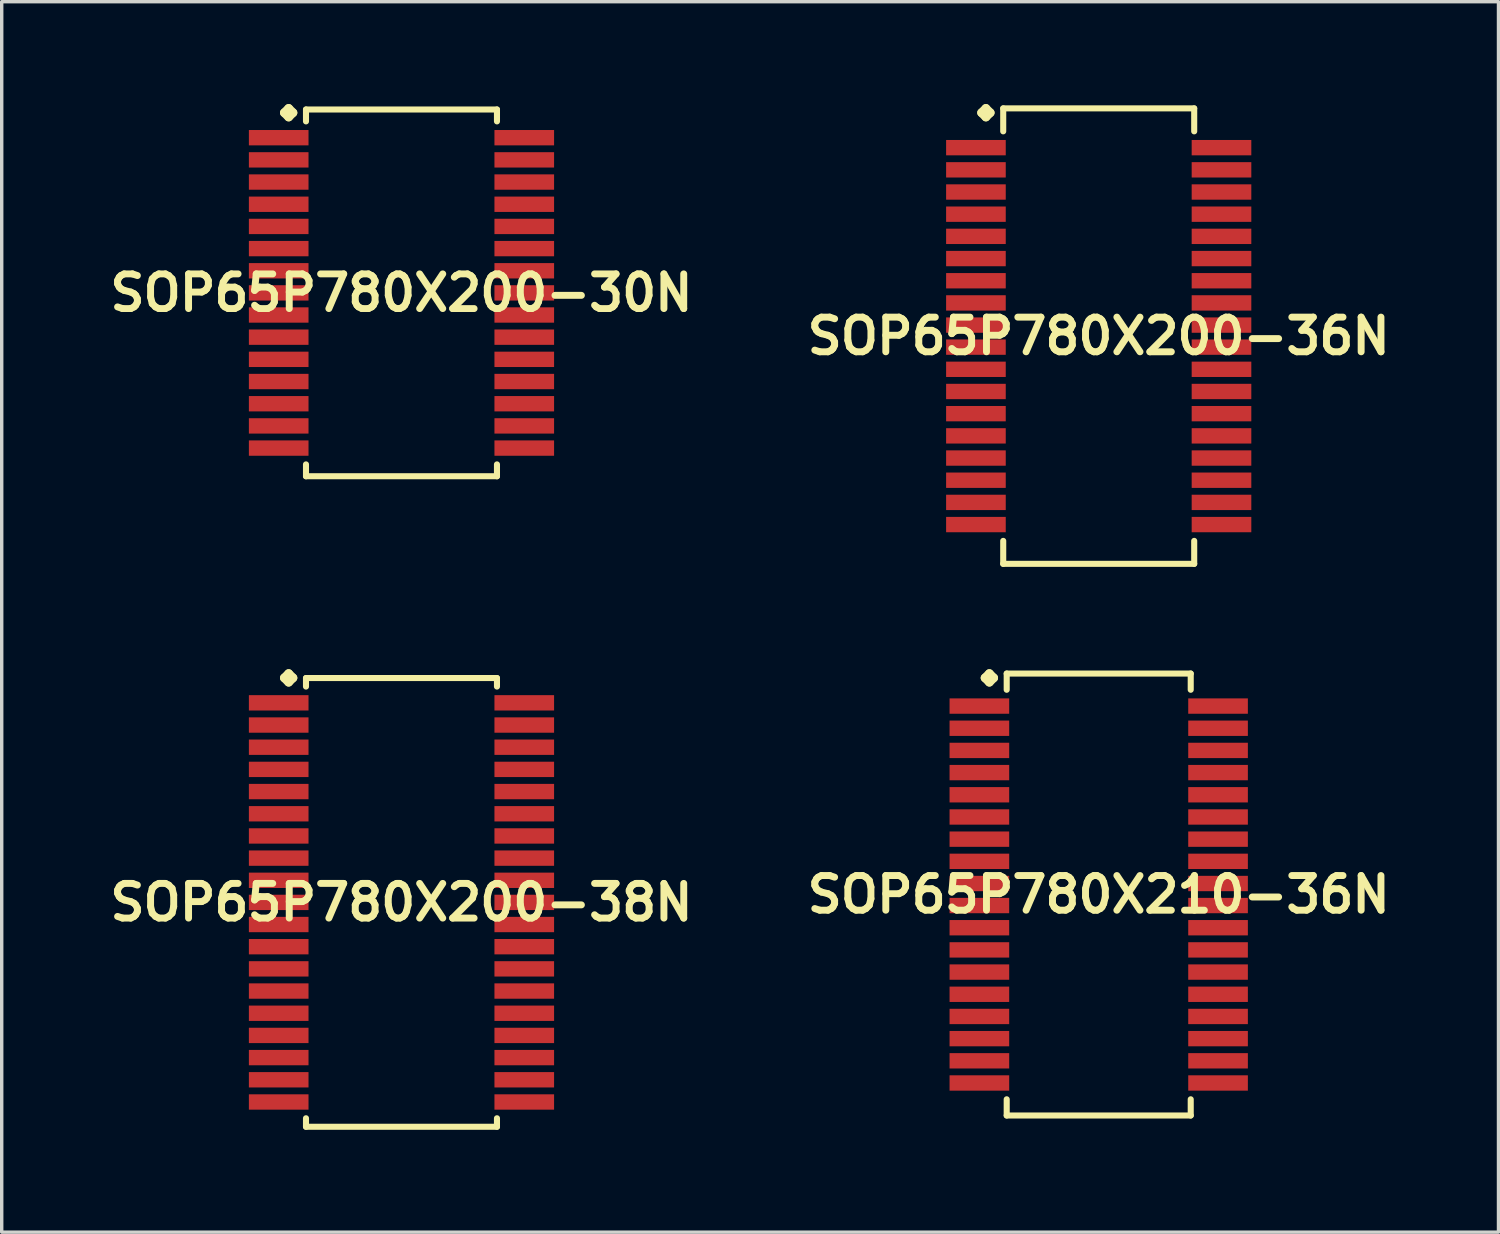
<source format=kicad_pcb>
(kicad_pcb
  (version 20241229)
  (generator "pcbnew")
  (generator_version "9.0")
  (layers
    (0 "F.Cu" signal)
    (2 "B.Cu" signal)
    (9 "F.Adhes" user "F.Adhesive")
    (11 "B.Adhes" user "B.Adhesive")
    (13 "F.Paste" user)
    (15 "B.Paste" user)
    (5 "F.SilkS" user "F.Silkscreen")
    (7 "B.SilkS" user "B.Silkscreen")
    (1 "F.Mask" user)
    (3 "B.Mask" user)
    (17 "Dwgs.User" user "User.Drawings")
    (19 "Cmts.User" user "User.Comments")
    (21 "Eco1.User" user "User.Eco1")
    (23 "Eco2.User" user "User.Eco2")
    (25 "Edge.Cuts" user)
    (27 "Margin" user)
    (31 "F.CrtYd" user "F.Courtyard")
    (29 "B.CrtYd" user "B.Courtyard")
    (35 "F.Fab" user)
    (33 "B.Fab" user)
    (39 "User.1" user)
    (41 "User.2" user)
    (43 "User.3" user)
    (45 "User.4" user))
  (footprint "SOP65P780X200-36N"
    (layer "F.Cu")
    (at 29.155 6.802)
    (property "Reference" "SOP65P780X200-36N" (at 0 0 0) (layer "F.SilkS") (effects (font (size 1.016 1.016) (thickness 0.203))))
    (attr smd)
    (fp_line (start -3.434 -6.548) (end -3.307 -6.675) (stroke (width 0.254) (type solid)) (layer "F.SilkS"))
    (fp_line (start -3.307 -6.675) (end -3.18 -6.548) (stroke (width 0.254) (type solid)) (layer "F.SilkS"))
    (fp_line (start -3.307 -6.421) (end -3.434 -6.548) (stroke (width 0.254) (type solid)) (layer "F.SilkS"))
    (fp_line (start -3.18 -6.548) (end -3.307 -6.421) (stroke (width 0.254) (type solid)) (layer "F.SilkS"))
    (fp_line (start -2.799 -6.675) (end 2.799 -6.675) (stroke (width 0.178) (type solid)) (layer "F.SilkS"))
    (fp_line (start -2.799 -6.002) (end -2.799 -6.675) (stroke (width 0.178) (type solid)) (layer "F.SilkS"))
    (fp_line (start -2.799 6.002) (end -2.799 6.675) (stroke (width 0.178) (type solid)) (layer "F.SilkS"))
    (fp_line (start -2.799 6.675) (end 2.799 6.675) (stroke (width 0.178) (type solid)) (layer "F.SilkS"))
    (fp_line (start 2.799 -6.675) (end 2.799 -6.002) (stroke (width 0.178) (type solid)) (layer "F.SilkS"))
    (fp_line (start 2.799 6.675) (end 2.799 6.002) (stroke (width 0.178) (type solid)) (layer "F.SilkS"))
    (pad "1" smd rect (at -3.599 -5.524) (size 1.748 0.45) (layers "F.Cu" "F.Mask" "F.Paste"))
    (pad "2" smd rect (at -3.599 -4.874) (size 1.748 0.45) (layers "F.Cu" "F.Mask" "F.Paste"))
    (pad "3" smd rect (at -3.599 -4.224) (size 1.748 0.45) (layers "F.Cu" "F.Mask" "F.Paste"))
    (pad "4" smd rect (at -3.599 -3.574) (size 1.748 0.45) (layers "F.Cu" "F.Mask" "F.Paste"))
    (pad "5" smd rect (at -3.599 -2.924) (size 1.748 0.45) (layers "F.Cu" "F.Mask" "F.Paste"))
    (pad "6" smd rect (at -3.599 -2.273) (size 1.748 0.45) (layers "F.Cu" "F.Mask" "F.Paste"))
    (pad "7" smd rect (at -3.599 -1.623) (size 1.748 0.45) (layers "F.Cu" "F.Mask" "F.Paste"))
    (pad "8" smd rect (at -3.599 -0.973) (size 1.748 0.45) (layers "F.Cu" "F.Mask" "F.Paste"))
    (pad "9" smd rect (at -3.599 -0.323) (size 1.748 0.45) (layers "F.Cu" "F.Mask" "F.Paste"))
    (pad "10" smd rect (at -3.599 0.323) (size 1.748 0.45) (layers "F.Cu" "F.Mask" "F.Paste"))
    (pad "11" smd rect (at -3.599 0.973) (size 1.748 0.45) (layers "F.Cu" "F.Mask" "F.Paste"))
    (pad "12" smd rect (at -3.599 1.623) (size 1.748 0.45) (layers "F.Cu" "F.Mask" "F.Paste"))
    (pad "13" smd rect (at -3.599 2.273) (size 1.748 0.45) (layers "F.Cu" "F.Mask" "F.Paste"))
    (pad "14" smd rect (at -3.599 2.924) (size 1.748 0.45) (layers "F.Cu" "F.Mask" "F.Paste"))
    (pad "15" smd rect (at -3.599 3.574) (size 1.748 0.45) (layers "F.Cu" "F.Mask" "F.Paste"))
    (pad "16" smd rect (at -3.599 4.224) (size 1.748 0.45) (layers "F.Cu" "F.Mask" "F.Paste"))
    (pad "17" smd rect (at -3.599 4.874) (size 1.748 0.45) (layers "F.Cu" "F.Mask" "F.Paste"))
    (pad "18" smd rect (at -3.599 5.524) (size 1.748 0.45) (layers "F.Cu" "F.Mask" "F.Paste"))
    (pad "19" smd rect (at 3.599 5.524) (size 1.748 0.45) (layers "F.Cu" "F.Mask" "F.Paste"))
    (pad "20" smd rect (at 3.599 4.874) (size 1.748 0.45) (layers "F.Cu" "F.Mask" "F.Paste"))
    (pad "21" smd rect (at 3.599 4.224) (size 1.748 0.45) (layers "F.Cu" "F.Mask" "F.Paste"))
    (pad "22" smd rect (at 3.599 3.574) (size 1.748 0.45) (layers "F.Cu" "F.Mask" "F.Paste"))
    (pad "23" smd rect (at 3.599 2.924) (size 1.748 0.45) (layers "F.Cu" "F.Mask" "F.Paste"))
    (pad "24" smd rect (at 3.599 2.273) (size 1.748 0.45) (layers "F.Cu" "F.Mask" "F.Paste"))
    (pad "25" smd rect (at 3.599 1.623) (size 1.748 0.45) (layers "F.Cu" "F.Mask" "F.Paste"))
    (pad "26" smd rect (at 3.599 0.973) (size 1.748 0.45) (layers "F.Cu" "F.Mask" "F.Paste"))
    (pad "27" smd rect (at 3.599 0.323) (size 1.748 0.45) (layers "F.Cu" "F.Mask" "F.Paste"))
    (pad "28" smd rect (at 3.599 -0.323) (size 1.748 0.45) (layers "F.Cu" "F.Mask" "F.Paste"))
    (pad "29" smd rect (at 3.599 -0.973) (size 1.748 0.45) (layers "F.Cu" "F.Mask" "F.Paste"))
    (pad "30" smd rect (at 3.599 -1.623) (size 1.748 0.45) (layers "F.Cu" "F.Mask" "F.Paste"))
    (pad "31" smd rect (at 3.599 -2.273) (size 1.748 0.45) (layers "F.Cu" "F.Mask" "F.Paste"))
    (pad "32" smd rect (at 3.599 -2.924) (size 1.748 0.45) (layers "F.Cu" "F.Mask" "F.Paste"))
    (pad "33" smd rect (at 3.599 -3.574) (size 1.748 0.45) (layers "F.Cu" "F.Mask" "F.Paste"))
    (pad "34" smd rect (at 3.599 -4.224) (size 1.748 0.45) (layers "F.Cu" "F.Mask" "F.Paste"))
    (pad "35" smd rect (at 3.599 -4.874) (size 1.748 0.45) (layers "F.Cu" "F.Mask" "F.Paste"))
    (pad "36" smd rect (at 3.599 -5.524) (size 1.748 0.45) (layers "F.Cu" "F.Mask" "F.Paste")))
  (footprint "SOP65P780X200-30N"
    (layer "F.Cu")
    (at 8.718 5.535)
    (property "Reference" "SOP65P780X200-30N" (at 0 0 0) (layer "F.SilkS") (effects (font (size 1.016 1.016) (thickness 0.203))))
    (attr smd)
    (fp_line (start -3.434 -5.281) (end -3.307 -5.408) (stroke (width 0.254) (type solid)) (layer "F.SilkS"))
    (fp_line (start -3.307 -5.408) (end -3.18 -5.281) (stroke (width 0.254) (type solid)) (layer "F.SilkS"))
    (fp_line (start -3.307 -5.154) (end -3.434 -5.281) (stroke (width 0.254) (type solid)) (layer "F.SilkS"))
    (fp_line (start -3.18 -5.281) (end -3.307 -5.154) (stroke (width 0.254) (type solid)) (layer "F.SilkS"))
    (fp_line (start -2.799 -5.375) (end 2.799 -5.375) (stroke (width 0.178) (type solid)) (layer "F.SilkS"))
    (fp_line (start -2.799 -5.027) (end -2.799 -5.375) (stroke (width 0.178) (type solid)) (layer "F.SilkS"))
    (fp_line (start -2.799 5.027) (end -2.799 5.375) (stroke (width 0.178) (type solid)) (layer "F.SilkS"))
    (fp_line (start -2.799 5.375) (end 2.799 5.375) (stroke (width 0.178) (type solid)) (layer "F.SilkS"))
    (fp_line (start 2.799 -5.375) (end 2.799 -5.027) (stroke (width 0.178) (type solid)) (layer "F.SilkS"))
    (fp_line (start 2.799 5.375) (end 2.799 5.027) (stroke (width 0.178) (type solid)) (layer "F.SilkS"))
    (pad "1" smd rect (at -3.599 -4.549) (size 1.748 0.45) (layers "F.Cu" "F.Mask" "F.Paste"))
    (pad "2" smd rect (at -3.599 -3.899) (size 1.748 0.45) (layers "F.Cu" "F.Mask" "F.Paste"))
    (pad "3" smd rect (at -3.599 -3.249) (size 1.748 0.45) (layers "F.Cu" "F.Mask" "F.Paste"))
    (pad "4" smd rect (at -3.599 -2.598) (size 1.748 0.45) (layers "F.Cu" "F.Mask" "F.Paste"))
    (pad "5" smd rect (at -3.599 -1.948) (size 1.748 0.45) (layers "F.Cu" "F.Mask" "F.Paste"))
    (pad "6" smd rect (at -3.599 -1.298) (size 1.748 0.45) (layers "F.Cu" "F.Mask" "F.Paste"))
    (pad "7" smd rect (at -3.599 -0.648) (size 1.748 0.45) (layers "F.Cu" "F.Mask" "F.Paste"))
    (pad "8" smd rect (at -3.599 0) (size 1.748 0.45) (layers "F.Cu" "F.Mask" "F.Paste"))
    (pad "9" smd rect (at -3.599 0.648) (size 1.748 0.45) (layers "F.Cu" "F.Mask" "F.Paste"))
    (pad "10" smd rect (at -3.599 1.298) (size 1.748 0.45) (layers "F.Cu" "F.Mask" "F.Paste"))
    (pad "11" smd rect (at -3.599 1.948) (size 1.748 0.45) (layers "F.Cu" "F.Mask" "F.Paste"))
    (pad "12" smd rect (at -3.599 2.598) (size 1.748 0.45) (layers "F.Cu" "F.Mask" "F.Paste"))
    (pad "13" smd rect (at -3.599 3.249) (size 1.748 0.45) (layers "F.Cu" "F.Mask" "F.Paste"))
    (pad "14" smd rect (at -3.599 3.899) (size 1.748 0.45) (layers "F.Cu" "F.Mask" "F.Paste"))
    (pad "15" smd rect (at -3.599 4.549) (size 1.748 0.45) (layers "F.Cu" "F.Mask" "F.Paste"))
    (pad "16" smd rect (at 3.599 4.549) (size 1.748 0.45) (layers "F.Cu" "F.Mask" "F.Paste"))
    (pad "17" smd rect (at 3.599 3.899) (size 1.748 0.45) (layers "F.Cu" "F.Mask" "F.Paste"))
    (pad "18" smd rect (at 3.599 3.249) (size 1.748 0.45) (layers "F.Cu" "F.Mask" "F.Paste"))
    (pad "19" smd rect (at 3.599 2.598) (size 1.748 0.45) (layers "F.Cu" "F.Mask" "F.Paste"))
    (pad "20" smd rect (at 3.599 1.948) (size 1.748 0.45) (layers "F.Cu" "F.Mask" "F.Paste"))
    (pad "21" smd rect (at 3.599 1.298) (size 1.748 0.45) (layers "F.Cu" "F.Mask" "F.Paste"))
    (pad "22" smd rect (at 3.599 0.648) (size 1.748 0.45) (layers "F.Cu" "F.Mask" "F.Paste"))
    (pad "23" smd rect (at 3.599 0) (size 1.748 0.45) (layers "F.Cu" "F.Mask" "F.Paste"))
    (pad "24" smd rect (at 3.599 -0.648) (size 1.748 0.45) (layers "F.Cu" "F.Mask" "F.Paste"))
    (pad "25" smd rect (at 3.599 -1.298) (size 1.748 0.45) (layers "F.Cu" "F.Mask" "F.Paste"))
    (pad "26" smd rect (at 3.599 -1.948) (size 1.748 0.45) (layers "F.Cu" "F.Mask" "F.Paste"))
    (pad "27" smd rect (at 3.599 -2.598) (size 1.748 0.45) (layers "F.Cu" "F.Mask" "F.Paste"))
    (pad "28" smd rect (at 3.599 -3.249) (size 1.748 0.45) (layers "F.Cu" "F.Mask" "F.Paste"))
    (pad "29" smd rect (at 3.599 -3.899) (size 1.748 0.45) (layers "F.Cu" "F.Mask" "F.Paste"))
    (pad "30" smd rect (at 3.599 -4.549) (size 1.748 0.45) (layers "F.Cu" "F.Mask" "F.Paste")))
  (footprint "SOP65P780X210-36N"
    (layer "F.Cu")
    (at 29.155 23.17)
    (property "Reference" "SOP65P780X210-36N" (at 0 0 0) (layer "F.SilkS") (effects (font (size 1.016 1.016) (thickness 0.203))))
    (attr smd)
    (fp_line (start -3.332 -6.35) (end -3.205 -6.477) (stroke (width 0.254) (type solid)) (layer "F.SilkS"))
    (fp_line (start -3.205 -6.477) (end -3.078 -6.35) (stroke (width 0.254) (type solid)) (layer "F.SilkS"))
    (fp_line (start -3.205 -6.223) (end -3.332 -6.35) (stroke (width 0.254) (type solid)) (layer "F.SilkS"))
    (fp_line (start -3.078 -6.35) (end -3.205 -6.223) (stroke (width 0.254) (type solid)) (layer "F.SilkS"))
    (fp_line (start -2.697 -6.477) (end 2.697 -6.477) (stroke (width 0.178) (type solid)) (layer "F.SilkS"))
    (fp_line (start -2.697 -6.002) (end -2.697 -6.477) (stroke (width 0.178) (type solid)) (layer "F.SilkS"))
    (fp_line (start -2.697 6.002) (end -2.697 6.477) (stroke (width 0.178) (type solid)) (layer "F.SilkS"))
    (fp_line (start -2.697 6.477) (end 2.697 6.477) (stroke (width 0.178) (type solid)) (layer "F.SilkS"))
    (fp_line (start 2.697 -6.477) (end 2.697 -6.002) (stroke (width 0.178) (type solid)) (layer "F.SilkS"))
    (fp_line (start 2.697 6.477) (end 2.697 6.002) (stroke (width 0.178) (type solid)) (layer "F.SilkS"))
    (pad "1" smd rect (at -3.498 -5.524) (size 1.748 0.45) (layers "F.Cu" "F.Mask" "F.Paste"))
    (pad "2" smd rect (at -3.498 -4.874) (size 1.748 0.45) (layers "F.Cu" "F.Mask" "F.Paste"))
    (pad "3" smd rect (at -3.498 -4.224) (size 1.748 0.45) (layers "F.Cu" "F.Mask" "F.Paste"))
    (pad "4" smd rect (at -3.498 -3.574) (size 1.748 0.45) (layers "F.Cu" "F.Mask" "F.Paste"))
    (pad "5" smd rect (at -3.498 -2.924) (size 1.748 0.45) (layers "F.Cu" "F.Mask" "F.Paste"))
    (pad "6" smd rect (at -3.498 -2.273) (size 1.748 0.45) (layers "F.Cu" "F.Mask" "F.Paste"))
    (pad "7" smd rect (at -3.498 -1.623) (size 1.748 0.45) (layers "F.Cu" "F.Mask" "F.Paste"))
    (pad "8" smd rect (at -3.498 -0.973) (size 1.748 0.45) (layers "F.Cu" "F.Mask" "F.Paste"))
    (pad "9" smd rect (at -3.498 -0.323) (size 1.748 0.45) (layers "F.Cu" "F.Mask" "F.Paste"))
    (pad "10" smd rect (at -3.498 0.323) (size 1.748 0.45) (layers "F.Cu" "F.Mask" "F.Paste"))
    (pad "11" smd rect (at -3.498 0.973) (size 1.748 0.45) (layers "F.Cu" "F.Mask" "F.Paste"))
    (pad "12" smd rect (at -3.498 1.623) (size 1.748 0.45) (layers "F.Cu" "F.Mask" "F.Paste"))
    (pad "13" smd rect (at -3.498 2.273) (size 1.748 0.45) (layers "F.Cu" "F.Mask" "F.Paste"))
    (pad "14" smd rect (at -3.498 2.924) (size 1.748 0.45) (layers "F.Cu" "F.Mask" "F.Paste"))
    (pad "15" smd rect (at -3.498 3.574) (size 1.748 0.45) (layers "F.Cu" "F.Mask" "F.Paste"))
    (pad "16" smd rect (at -3.498 4.224) (size 1.748 0.45) (layers "F.Cu" "F.Mask" "F.Paste"))
    (pad "17" smd rect (at -3.498 4.874) (size 1.748 0.45) (layers "F.Cu" "F.Mask" "F.Paste"))
    (pad "18" smd rect (at -3.498 5.524) (size 1.748 0.45) (layers "F.Cu" "F.Mask" "F.Paste"))
    (pad "19" smd rect (at 3.498 5.524) (size 1.748 0.45) (layers "F.Cu" "F.Mask" "F.Paste"))
    (pad "20" smd rect (at 3.498 4.874) (size 1.748 0.45) (layers "F.Cu" "F.Mask" "F.Paste"))
    (pad "21" smd rect (at 3.498 4.224) (size 1.748 0.45) (layers "F.Cu" "F.Mask" "F.Paste"))
    (pad "22" smd rect (at 3.498 3.574) (size 1.748 0.45) (layers "F.Cu" "F.Mask" "F.Paste"))
    (pad "23" smd rect (at 3.498 2.924) (size 1.748 0.45) (layers "F.Cu" "F.Mask" "F.Paste"))
    (pad "24" smd rect (at 3.498 2.273) (size 1.748 0.45) (layers "F.Cu" "F.Mask" "F.Paste"))
    (pad "25" smd rect (at 3.498 1.623) (size 1.748 0.45) (layers "F.Cu" "F.Mask" "F.Paste"))
    (pad "26" smd rect (at 3.498 0.973) (size 1.748 0.45) (layers "F.Cu" "F.Mask" "F.Paste"))
    (pad "27" smd rect (at 3.498 0.323) (size 1.748 0.45) (layers "F.Cu" "F.Mask" "F.Paste"))
    (pad "28" smd rect (at 3.498 -0.323) (size 1.748 0.45) (layers "F.Cu" "F.Mask" "F.Paste"))
    (pad "29" smd rect (at 3.498 -0.973) (size 1.748 0.45) (layers "F.Cu" "F.Mask" "F.Paste"))
    (pad "30" smd rect (at 3.498 -1.623) (size 1.748 0.45) (layers "F.Cu" "F.Mask" "F.Paste"))
    (pad "31" smd rect (at 3.498 -2.273) (size 1.748 0.45) (layers "F.Cu" "F.Mask" "F.Paste"))
    (pad "32" smd rect (at 3.498 -2.924) (size 1.748 0.45) (layers "F.Cu" "F.Mask" "F.Paste"))
    (pad "33" smd rect (at 3.498 -3.574) (size 1.748 0.45) (layers "F.Cu" "F.Mask" "F.Paste"))
    (pad "34" smd rect (at 3.498 -4.224) (size 1.748 0.45) (layers "F.Cu" "F.Mask" "F.Paste"))
    (pad "35" smd rect (at 3.498 -4.874) (size 1.748 0.45) (layers "F.Cu" "F.Mask" "F.Paste"))
    (pad "36" smd rect (at 3.498 -5.524) (size 1.748 0.45) (layers "F.Cu" "F.Mask" "F.Paste")))
  (footprint "SOP65P780X200-38N"
    (layer "F.Cu")
    (at 8.718 23.401)
    (property "Reference" "SOP65P780X200-38N" (at 0 0 0) (layer "F.SilkS") (effects (font (size 1.016 1.016) (thickness 0.203))))
    (attr smd)
    (fp_line (start -3.434 -6.581) (end -3.307 -6.708) (stroke (width 0.254) (type solid)) (layer "F.SilkS"))
    (fp_line (start -3.307 -6.708) (end -3.18 -6.581) (stroke (width 0.254) (type solid)) (layer "F.SilkS"))
    (fp_line (start -3.307 -6.454) (end -3.434 -6.581) (stroke (width 0.254) (type solid)) (layer "F.SilkS"))
    (fp_line (start -3.18 -6.581) (end -3.307 -6.454) (stroke (width 0.254) (type solid)) (layer "F.SilkS"))
    (fp_line (start -2.799 -6.576) (end 2.799 -6.576) (stroke (width 0.178) (type solid)) (layer "F.SilkS"))
    (fp_line (start -2.799 -6.327) (end -2.799 -6.576) (stroke (width 0.178) (type solid)) (layer "F.SilkS"))
    (fp_line (start -2.799 6.327) (end -2.799 6.576) (stroke (width 0.178) (type solid)) (layer "F.SilkS"))
    (fp_line (start -2.799 6.576) (end 2.799 6.576) (stroke (width 0.178) (type solid)) (layer "F.SilkS"))
    (fp_line (start 2.799 -6.576) (end 2.799 -6.327) (stroke (width 0.178) (type solid)) (layer "F.SilkS"))
    (fp_line (start 2.799 6.576) (end 2.799 6.327) (stroke (width 0.178) (type solid)) (layer "F.SilkS"))
    (pad "1" smd rect (at -3.599 -5.85) (size 1.748 0.45) (layers "F.Cu" "F.Mask" "F.Paste"))
    (pad "2" smd rect (at -3.599 -5.199) (size 1.748 0.45) (layers "F.Cu" "F.Mask" "F.Paste"))
    (pad "3" smd rect (at -3.599 -4.549) (size 1.748 0.45) (layers "F.Cu" "F.Mask" "F.Paste"))
    (pad "4" smd rect (at -3.599 -3.899) (size 1.748 0.45) (layers "F.Cu" "F.Mask" "F.Paste"))
    (pad "5" smd rect (at -3.599 -3.249) (size 1.748 0.45) (layers "F.Cu" "F.Mask" "F.Paste"))
    (pad "6" smd rect (at -3.599 -2.598) (size 1.748 0.45) (layers "F.Cu" "F.Mask" "F.Paste"))
    (pad "7" smd rect (at -3.599 -1.948) (size 1.748 0.45) (layers "F.Cu" "F.Mask" "F.Paste"))
    (pad "8" smd rect (at -3.599 -1.298) (size 1.748 0.45) (layers "F.Cu" "F.Mask" "F.Paste"))
    (pad "9" smd rect (at -3.599 -0.648) (size 1.748 0.45) (layers "F.Cu" "F.Mask" "F.Paste"))
    (pad "10" smd rect (at -3.599 0) (size 1.748 0.45) (layers "F.Cu" "F.Mask" "F.Paste"))
    (pad "11" smd rect (at -3.599 0.648) (size 1.748 0.45) (layers "F.Cu" "F.Mask" "F.Paste"))
    (pad "12" smd rect (at -3.599 1.298) (size 1.748 0.45) (layers "F.Cu" "F.Mask" "F.Paste"))
    (pad "13" smd rect (at -3.599 1.948) (size 1.748 0.45) (layers "F.Cu" "F.Mask" "F.Paste"))
    (pad "14" smd rect (at -3.599 2.598) (size 1.748 0.45) (layers "F.Cu" "F.Mask" "F.Paste"))
    (pad "15" smd rect (at -3.599 3.249) (size 1.748 0.45) (layers "F.Cu" "F.Mask" "F.Paste"))
    (pad "16" smd rect (at -3.599 3.899) (size 1.748 0.45) (layers "F.Cu" "F.Mask" "F.Paste"))
    (pad "17" smd rect (at -3.599 4.549) (size 1.748 0.45) (layers "F.Cu" "F.Mask" "F.Paste"))
    (pad "18" smd rect (at -3.599 5.199) (size 1.748 0.45) (layers "F.Cu" "F.Mask" "F.Paste"))
    (pad "19" smd rect (at -3.599 5.85) (size 1.748 0.45) (layers "F.Cu" "F.Mask" "F.Paste"))
    (pad "20" smd rect (at 3.599 5.85) (size 1.748 0.45) (layers "F.Cu" "F.Mask" "F.Paste"))
    (pad "21" smd rect (at 3.599 5.199) (size 1.748 0.45) (layers "F.Cu" "F.Mask" "F.Paste"))
    (pad "22" smd rect (at 3.599 4.549) (size 1.748 0.45) (layers "F.Cu" "F.Mask" "F.Paste"))
    (pad "23" smd rect (at 3.599 3.899) (size 1.748 0.45) (layers "F.Cu" "F.Mask" "F.Paste"))
    (pad "24" smd rect (at 3.599 3.249) (size 1.748 0.45) (layers "F.Cu" "F.Mask" "F.Paste"))
    (pad "25" smd rect (at 3.599 2.598) (size 1.748 0.45) (layers "F.Cu" "F.Mask" "F.Paste"))
    (pad "26" smd rect (at 3.599 1.948) (size 1.748 0.45) (layers "F.Cu" "F.Mask" "F.Paste"))
    (pad "27" smd rect (at 3.599 1.298) (size 1.748 0.45) (layers "F.Cu" "F.Mask" "F.Paste"))
    (pad "28" smd rect (at 3.599 0.648) (size 1.748 0.45) (layers "F.Cu" "F.Mask" "F.Paste"))
    (pad "29" smd rect (at 3.599 0) (size 1.748 0.45) (layers "F.Cu" "F.Mask" "F.Paste"))
    (pad "30" smd rect (at 3.599 -0.648) (size 1.748 0.45) (layers "F.Cu" "F.Mask" "F.Paste"))
    (pad "31" smd rect (at 3.599 -1.298) (size 1.748 0.45) (layers "F.Cu" "F.Mask" "F.Paste"))
    (pad "32" smd rect (at 3.599 -1.948) (size 1.748 0.45) (layers "F.Cu" "F.Mask" "F.Paste"))
    (pad "33" smd rect (at 3.599 -2.598) (size 1.748 0.45) (layers "F.Cu" "F.Mask" "F.Paste"))
    (pad "34" smd rect (at 3.599 -3.249) (size 1.748 0.45) (layers "F.Cu" "F.Mask" "F.Paste"))
    (pad "35" smd rect (at 3.599 -3.899) (size 1.748 0.45) (layers "F.Cu" "F.Mask" "F.Paste"))
    (pad "36" smd rect (at 3.599 -4.549) (size 1.748 0.45) (layers "F.Cu" "F.Mask" "F.Paste"))
    (pad "37" smd rect (at 3.599 -5.199) (size 1.748 0.45) (layers "F.Cu" "F.Mask" "F.Paste"))
    (pad "38" smd rect (at 3.599 -5.85) (size 1.748 0.45) (layers "F.Cu" "F.Mask" "F.Paste")))
  (gr_rect
    (start -3 -3)
    (end 40.873 33.066)
    (stroke (width 0.1) (type default))
    (fill no)
    (layer "Edge.Cuts")))
</source>
